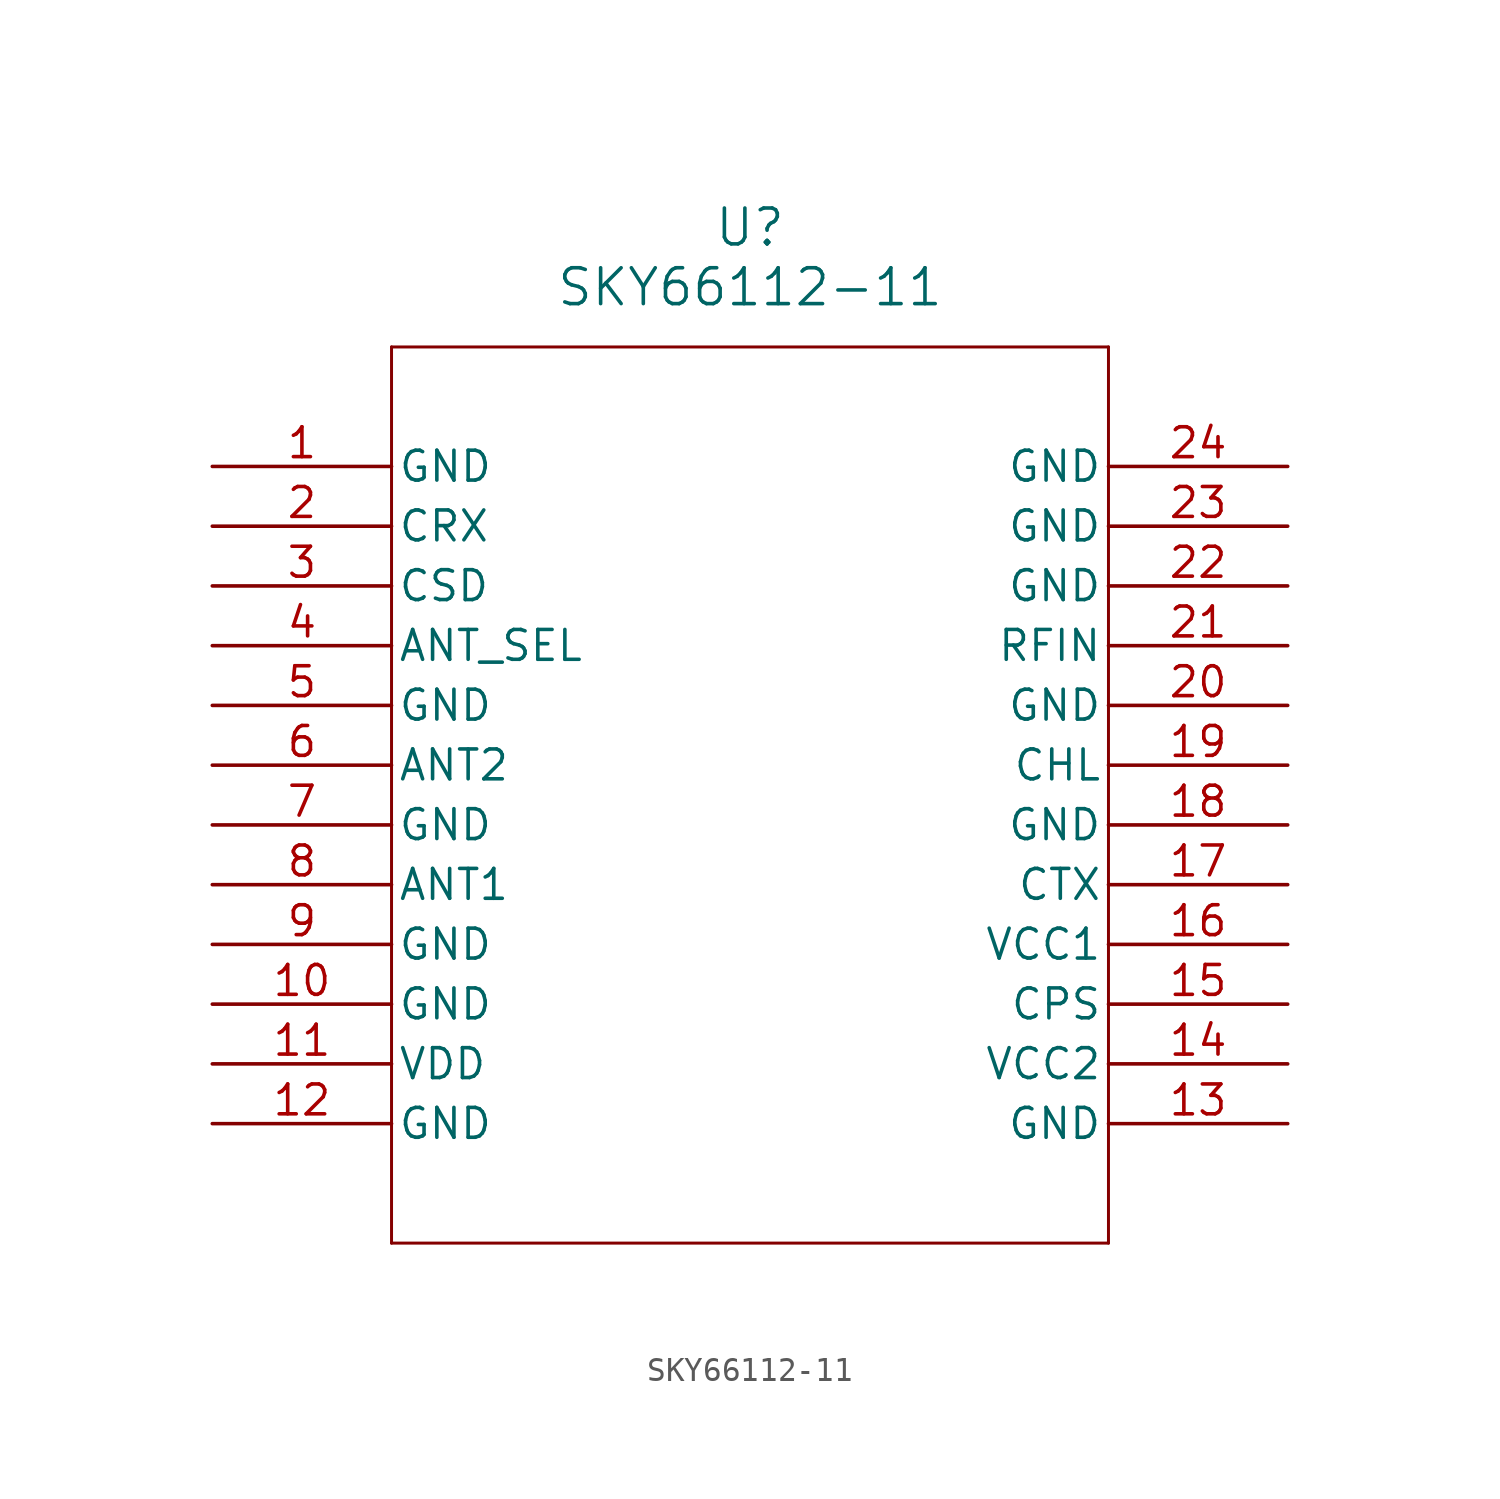
<source format=kicad_sym>
(kicad_symbol_lib
  (version 20211014)
  (generator kicad_symbol_editor)
  (symbol "SKY66112-11"
    (pin_names
      (offset 0.254))
    (property "Reference" "U"
      (at 22.86 10.16 0)
      (effects (font (size 1.524 1.524))))
    (property "Value" "SKY66112-11"
      (at 22.86 7.62 0)
      (effects (font (size 1.524 1.524))))
    (polyline
      (pts (xy 7.62 5.08) (xy 7.62 -33.02))
      (stroke (width 0.127) (type default) (color 0 0 0 0))
      (fill (type none)))
    (polyline
      (pts (xy 7.62 -33.02) (xy 38.1 -33.02))
      (stroke (width 0.127) (type default) (color 0 0 0 0))
      (fill (type none)))
    (polyline
      (pts (xy 38.1 -33.02) (xy 38.1 5.08))
      (stroke (width 0.127) (type default) (color 0 0 0 0))
      (fill (type none)))
    (polyline
      (pts (xy 38.1 5.08) (xy 7.62 5.08))
      (stroke (width 0.127) (type default) (color 0 0 0 0))
      (fill (type none)))
    (pin power_out line
      (at 0 0 0)
      (length 7.62)
      (name "GND" (effects (font (size 1.27 1.27))))
      (number "1" (effects (font (size 1.27 1.27)))))
    (pin unspecified line
      (at 0 -2.54 0)
      (length 7.62)
      (name "CRX" (effects (font (size 1.27 1.27))))
      (number "2" (effects (font (size 1.27 1.27)))))
    (pin unspecified line
      (at 0 -5.08 0)
      (length 7.62)
      (name "CSD" (effects (font (size 1.27 1.27))))
      (number "3" (effects (font (size 1.27 1.27)))))
    (pin unspecified line
      (at 0 -7.62 0)
      (length 7.62)
      (name "ANT_SEL" (effects (font (size 1.27 1.27))))
      (number "4" (effects (font (size 1.27 1.27)))))
    (pin power_out line
      (at 0 -10.16 0)
      (length 7.62)
      (name "GND" (effects (font (size 1.27 1.27))))
      (number "5" (effects (font (size 1.27 1.27)))))
    (pin bidirectional line
      (at 0 -12.7 0)
      (length 7.62)
      (name "ANT2" (effects (font (size 1.27 1.27))))
      (number "6" (effects (font (size 1.27 1.27)))))
    (pin power_out line
      (at 0 -15.24 0)
      (length 7.62)
      (name "GND" (effects (font (size 1.27 1.27))))
      (number "7" (effects (font (size 1.27 1.27)))))
    (pin bidirectional line
      (at 0 -17.78 0)
      (length 7.62)
      (name "ANT1" (effects (font (size 1.27 1.27))))
      (number "8" (effects (font (size 1.27 1.27)))))
    (pin power_out line
      (at 0 -20.32 0)
      (length 7.62)
      (name "GND" (effects (font (size 1.27 1.27))))
      (number "9" (effects (font (size 1.27 1.27)))))
    (pin power_out line
      (at 0 -22.86 0)
      (length 7.62)
      (name "GND" (effects (font (size 1.27 1.27))))
      (number "10" (effects (font (size 1.27 1.27)))))
    (pin power_in line
      (at 0 -25.4 0)
      (length 7.62)
      (name "VDD" (effects (font (size 1.27 1.27))))
      (number "11" (effects (font (size 1.27 1.27)))))
    (pin power_out line
      (at 0 -27.94 0)
      (length 7.62)
      (name "GND" (effects (font (size 1.27 1.27))))
      (number "12" (effects (font (size 1.27 1.27)))))
    (pin power_out line
      (at 45.72 -27.94 180)
      (length 7.62)
      (name "GND" (effects (font (size 1.27 1.27))))
      (number "13" (effects (font (size 1.27 1.27)))))
    (pin power_in line
      (at 45.72 -25.4 180)
      (length 7.62)
      (name "VCC2" (effects (font (size 1.27 1.27))))
      (number "14" (effects (font (size 1.27 1.27)))))
    (pin unspecified line
      (at 45.72 -22.86 180)
      (length 7.62)
      (name "CPS" (effects (font (size 1.27 1.27))))
      (number "15" (effects (font (size 1.27 1.27)))))
    (pin power_in line
      (at 45.72 -20.32 180)
      (length 7.62)
      (name "VCC1" (effects (font (size 1.27 1.27))))
      (number "16" (effects (font (size 1.27 1.27)))))
    (pin unspecified line
      (at 45.72 -17.78 180)
      (length 7.62)
      (name "CTX" (effects (font (size 1.27 1.27))))
      (number "17" (effects (font (size 1.27 1.27)))))
    (pin power_out line
      (at 45.72 -15.24 180)
      (length 7.62)
      (name "GND" (effects (font (size 1.27 1.27))))
      (number "18" (effects (font (size 1.27 1.27)))))
    (pin unspecified line
      (at 45.72 -12.7 180)
      (length 7.62)
      (name "CHL" (effects (font (size 1.27 1.27))))
      (number "19" (effects (font (size 1.27 1.27)))))
    (pin power_out line
      (at 45.72 -10.16 180)
      (length 7.62)
      (name "GND" (effects (font (size 1.27 1.27))))
      (number "20" (effects (font (size 1.27 1.27)))))
    (pin power_in line
      (at 45.72 -7.62 180)
      (length 7.62)
      (name "RFIN" (effects (font (size 1.27 1.27))))
      (number "21" (effects (font (size 1.27 1.27)))))
    (pin power_out line
      (at 45.72 -5.08 180)
      (length 7.62)
      (name "GND" (effects (font (size 1.27 1.27))))
      (number "22" (effects (font (size 1.27 1.27)))))
    (pin power_out line
      (at 45.72 -2.54 180)
      (length 7.62)
      (name "GND" (effects (font (size 1.27 1.27))))
      (number "23" (effects (font (size 1.27 1.27)))))
    (pin power_out line
      (at 45.72 0 180)
      (length 7.62)
      (name "GND" (effects (font (size 1.27 1.27))))
      (number "24" (effects (font (size 1.27 1.27)))))))
</source>
